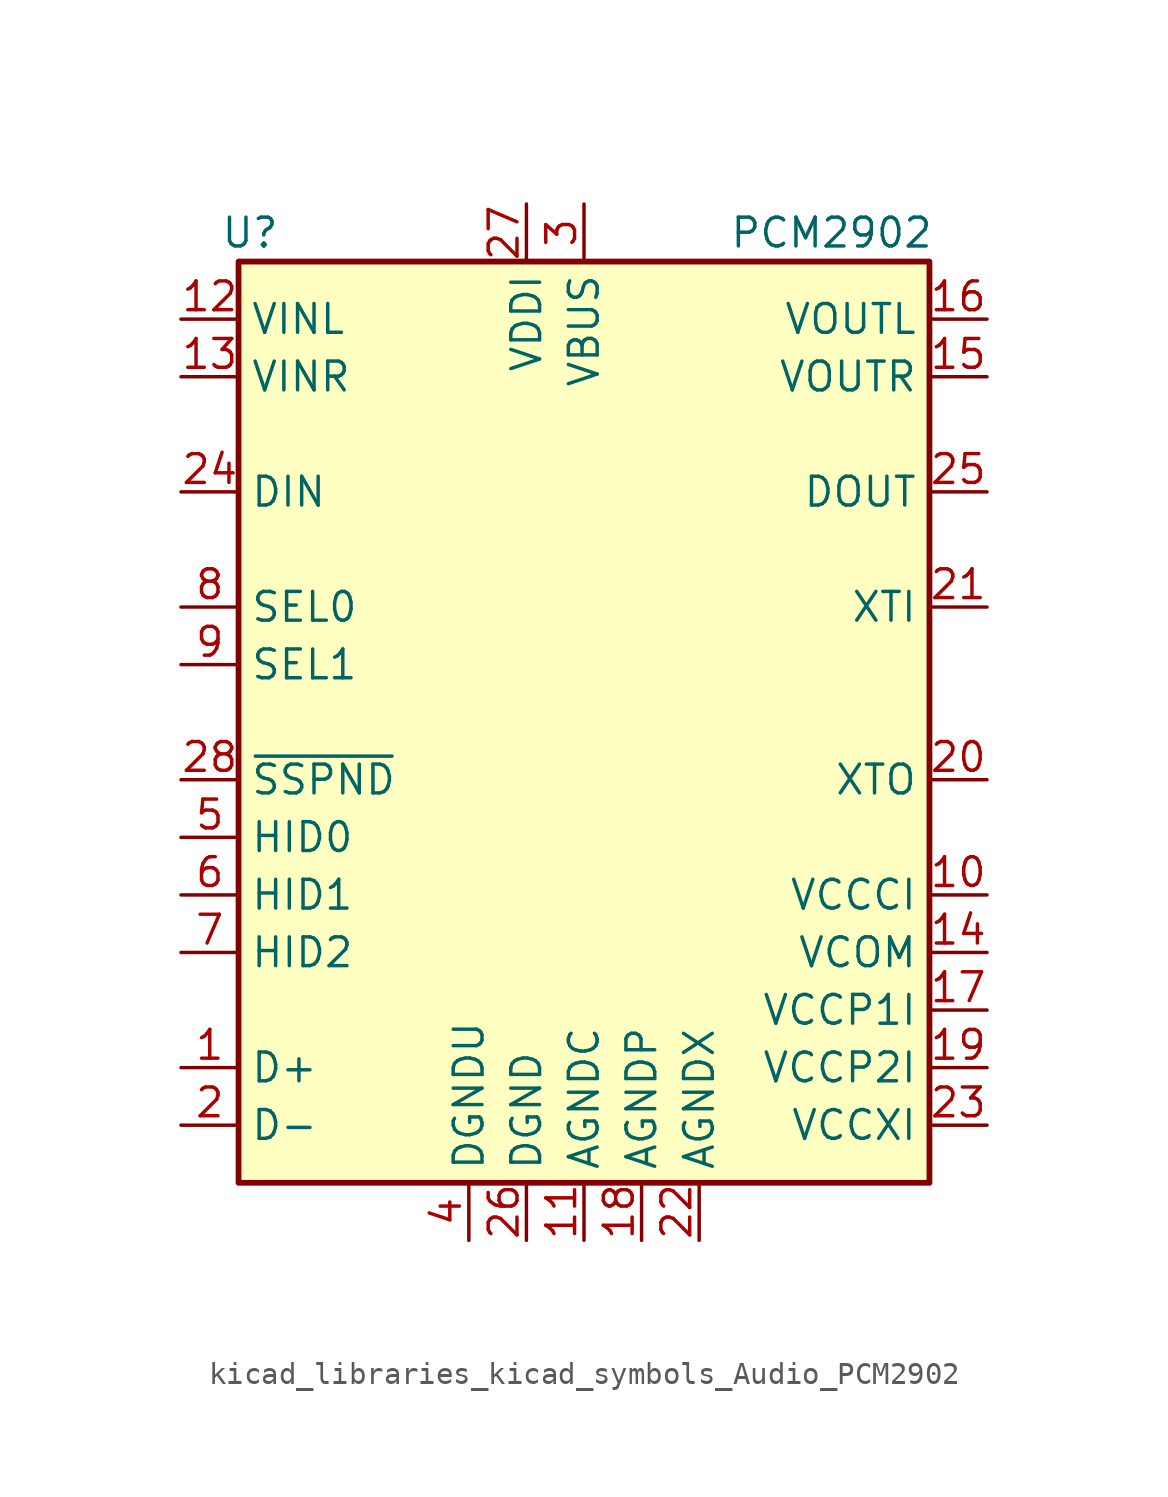
<source format=kicad_sym>
(kicad_symbol_lib
  (version 20220914)
  (generator kicad_symbol_editor)
  (symbol "kicad_libraries_kicad_symbols_Audio_PCM2902"
    (property "Reference" "U"
      (at -14.732 21.59 0)
      (effects (font (size 1.27 1.27))))
    (property "Value" "PCM2902"
      (at 10.922 21.59 0)
      (effects (font (size 1.27 1.27))))
    (symbol "kicad_libraries_kicad_symbols_Audio_PCM2902_0_1"
      (rectangle (start -15.24 20.32) (end 15.24 -20.32) (stroke (width 0.254) (type default)) (fill (type background))))
    (symbol "kicad_libraries_kicad_symbols_Audio_PCM2902_1_1"
      (pin bidirectional line (at -17.78 -15.24 0) (length 2.54) (name "D+" (effects (font (size 1.27 1.27)))) (number "1" (effects (font (size 1.27 1.27)))))
      (pin passive line (at 17.78 -7.62 180) (length 2.54) (name "VCCCI" (effects (font (size 1.27 1.27)))) (number "10" (effects (font (size 1.27 1.27)))))
      (pin power_in line (at 0 -22.86 90) (length 2.54) (name "AGNDC" (effects (font (size 1.27 1.27)))) (number "11" (effects (font (size 1.27 1.27)))))
      (pin input line (at -17.78 17.78 0) (length 2.54) (name "VINL" (effects (font (size 1.27 1.27)))) (number "12" (effects (font (size 1.27 1.27)))))
      (pin input line (at -17.78 15.24 0) (length 2.54) (name "VINR" (effects (font (size 1.27 1.27)))) (number "13" (effects (font (size 1.27 1.27)))))
      (pin passive line (at 17.78 -10.16 180) (length 2.54) (name "VCOM" (effects (font (size 1.27 1.27)))) (number "14" (effects (font (size 1.27 1.27)))))
      (pin output line (at 17.78 15.24 180) (length 2.54) (name "VOUTR" (effects (font (size 1.27 1.27)))) (number "15" (effects (font (size 1.27 1.27)))))
      (pin output line (at 17.78 17.78 180) (length 2.54) (name "VOUTL" (effects (font (size 1.27 1.27)))) (number "16" (effects (font (size 1.27 1.27)))))
      (pin passive line (at 17.78 -12.7 180) (length 2.54) (name "VCCP1I" (effects (font (size 1.27 1.27)))) (number "17" (effects (font (size 1.27 1.27)))))
      (pin power_in line (at 2.54 -22.86 90) (length 2.54) (name "AGNDP" (effects (font (size 1.27 1.27)))) (number "18" (effects (font (size 1.27 1.27)))))
      (pin passive line (at 17.78 -15.24 180) (length 2.54) (name "VCCP2I" (effects (font (size 1.27 1.27)))) (number "19" (effects (font (size 1.27 1.27)))))
      (pin bidirectional line (at -17.78 -17.78 0) (length 2.54) (name "D-" (effects (font (size 1.27 1.27)))) (number "2" (effects (font (size 1.27 1.27)))))
      (pin output line (at 17.78 -2.54 180) (length 2.54) (name "XTO" (effects (font (size 1.27 1.27)))) (number "20" (effects (font (size 1.27 1.27)))))
      (pin input line (at 17.78 5.08 180) (length 2.54) (name "XTI" (effects (font (size 1.27 1.27)))) (number "21" (effects (font (size 1.27 1.27)))))
      (pin power_in line (at 5.08 -22.86 90) (length 2.54) (name "AGNDX" (effects (font (size 1.27 1.27)))) (number "22" (effects (font (size 1.27 1.27)))))
      (pin passive line (at 17.78 -17.78 180) (length 2.54) (name "VCCXI" (effects (font (size 1.27 1.27)))) (number "23" (effects (font (size 1.27 1.27)))))
      (pin input line (at -17.78 10.16 0) (length 2.54) (name "DIN" (effects (font (size 1.27 1.27)))) (number "24" (effects (font (size 1.27 1.27)))))
      (pin output line (at 17.78 10.16 180) (length 2.54) (name "DOUT" (effects (font (size 1.27 1.27)))) (number "25" (effects (font (size 1.27 1.27)))))
      (pin power_in line (at -2.54 -22.86 90) (length 2.54) (name "DGND" (effects (font (size 1.27 1.27)))) (number "26" (effects (font (size 1.27 1.27)))))
      (pin power_out line (at -2.54 22.86 270) (length 2.54) (name "VDDI" (effects (font (size 1.27 1.27)))) (number "27" (effects (font (size 1.27 1.27)))))
      (pin output line (at -17.78 -2.54 0) (length 2.54) (name "~{SSPND}" (effects (font (size 1.27 1.27)))) (number "28" (effects (font (size 1.27 1.27)))))
      (pin power_in line (at 0 22.86 270) (length 2.54) (name "VBUS" (effects (font (size 1.27 1.27)))) (number "3" (effects (font (size 1.27 1.27)))))
      (pin power_in line (at -5.08 -22.86 90) (length 2.54) (name "DGNDU" (effects (font (size 1.27 1.27)))) (number "4" (effects (font (size 1.27 1.27)))))
      (pin input line (at -17.78 -5.08 0) (length 2.54) (name "HID0" (effects (font (size 1.27 1.27)))) (number "5" (effects (font (size 1.27 1.27)))))
      (pin input line (at -17.78 -7.62 0) (length 2.54) (name "HID1" (effects (font (size 1.27 1.27)))) (number "6" (effects (font (size 1.27 1.27)))))
      (pin input line (at -17.78 -10.16 0) (length 2.54) (name "HID2" (effects (font (size 1.27 1.27)))) (number "7" (effects (font (size 1.27 1.27)))))
      (pin input line (at -17.78 5.08 0) (length 2.54) (name "SEL0" (effects (font (size 1.27 1.27)))) (number "8" (effects (font (size 1.27 1.27)))))
      (pin input line (at -17.78 2.54 0) (length 2.54) (name "SEL1" (effects (font (size 1.27 1.27)))) (number "9" (effects (font (size 1.27 1.27))))))))
</source>
